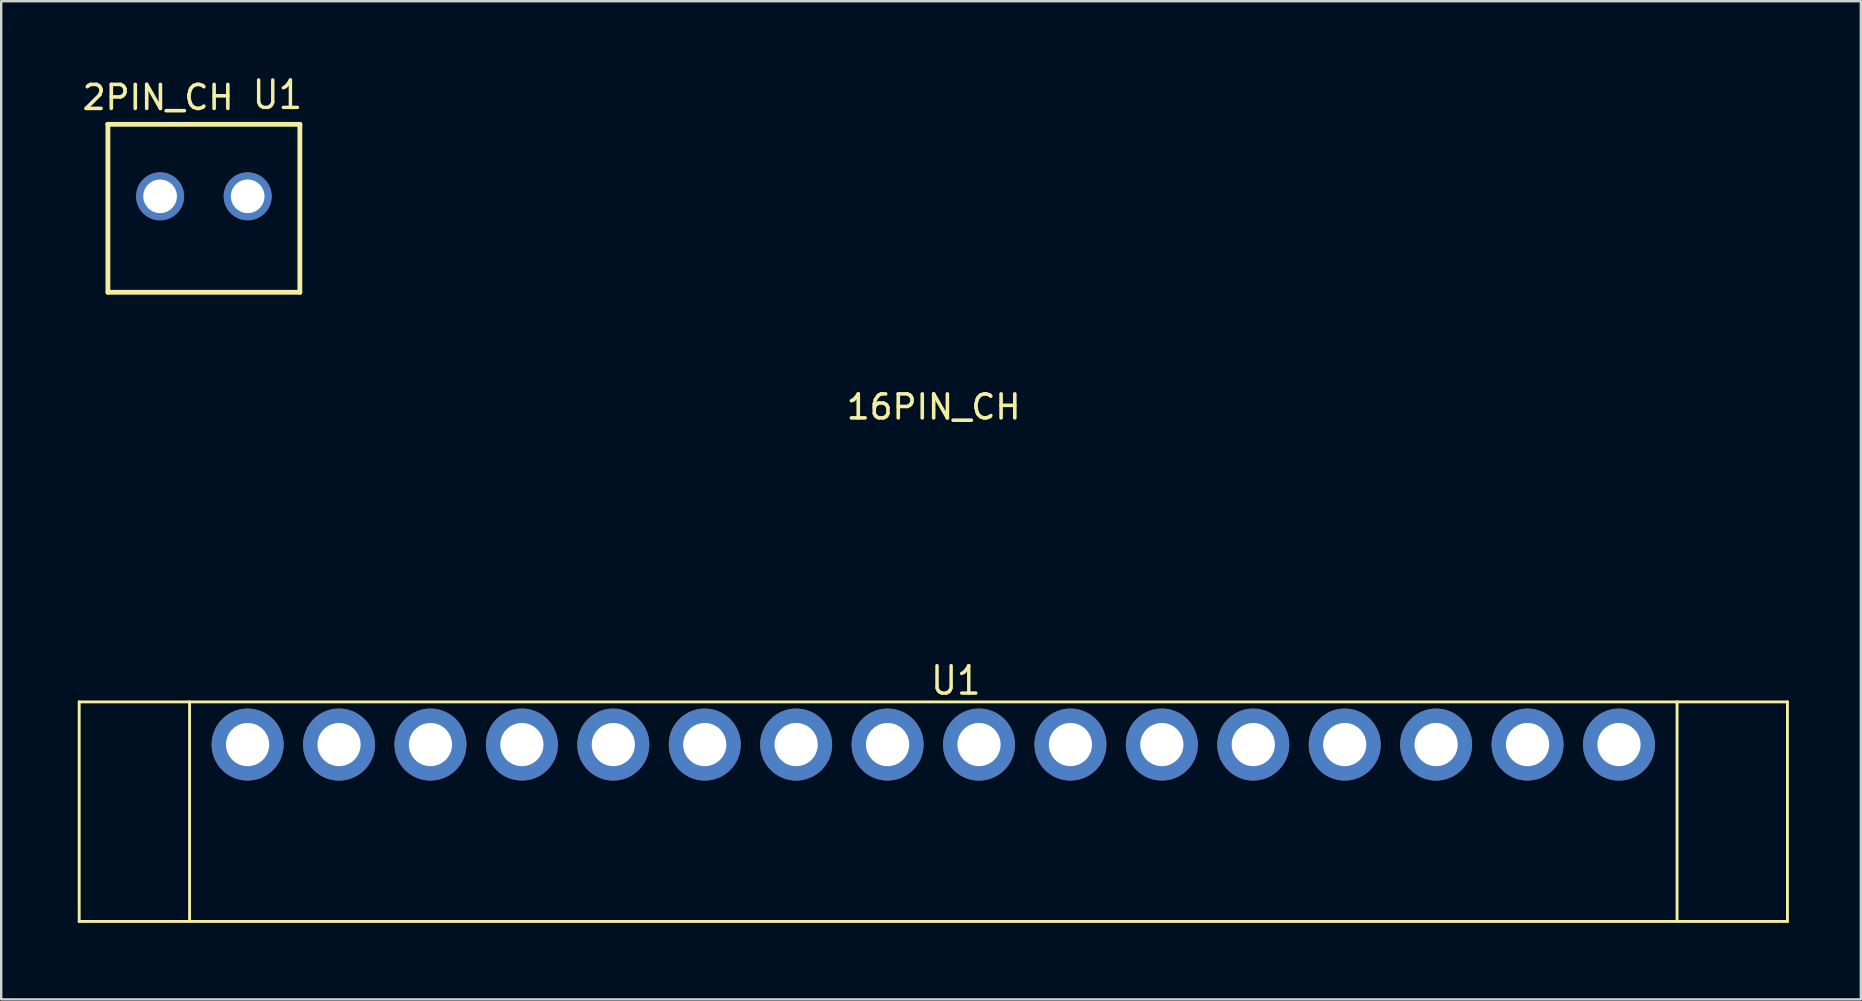
<source format=kicad_pcb>
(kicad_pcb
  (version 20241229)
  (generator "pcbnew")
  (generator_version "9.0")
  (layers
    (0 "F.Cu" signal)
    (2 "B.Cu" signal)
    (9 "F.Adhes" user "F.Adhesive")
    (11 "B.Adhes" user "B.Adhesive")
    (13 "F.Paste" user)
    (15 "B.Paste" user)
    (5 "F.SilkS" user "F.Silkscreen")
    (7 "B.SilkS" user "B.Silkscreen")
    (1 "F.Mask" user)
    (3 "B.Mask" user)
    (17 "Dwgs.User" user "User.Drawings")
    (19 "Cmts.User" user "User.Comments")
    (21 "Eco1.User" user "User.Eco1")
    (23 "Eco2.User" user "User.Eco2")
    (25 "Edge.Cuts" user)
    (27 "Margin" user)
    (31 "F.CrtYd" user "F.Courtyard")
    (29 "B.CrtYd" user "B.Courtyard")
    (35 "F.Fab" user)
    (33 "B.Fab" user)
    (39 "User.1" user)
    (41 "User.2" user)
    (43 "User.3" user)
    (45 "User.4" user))
  (footprint "2PIN_CH"
    (layer "F.Cu")
    (at 0.25 9.812)
    (property "Reference" "2PIN_CH" (at 3.29 -8.8 0) (layer "F.SilkS") (effects (font (size 1 1) (thickness 0.15))))
    (attr through_hole)
    (fp_line (start 1.197 -7.681) (end 1.197 -7.681) (stroke (width 0.2) (type solid)) (layer "F.SilkS"))
    (fp_line (start 1.197 -7.681) (end 9.197 -7.681) (stroke (width 0.2) (type solid)) (layer "F.SilkS"))
    (fp_line (start 1.197 -0.681) (end 1.197 -7.681) (stroke (width 0.2) (type solid)) (layer "F.SilkS"))
    (fp_line (start 9.197 -7.681) (end 9.197 -0.681) (stroke (width 0.2) (type solid)) (layer "F.SilkS"))
    (fp_line (start 9.197 -0.681) (end 1.197 -0.681) (stroke (width 0.2) (type solid)) (layer "F.SilkS"))
    (fp_text user "U1" (at 7.14 -8.24 0) (layer "F.SilkS") (effects (font (size 1.143 1.029) (thickness 0.143)) (justify left bottom)))
    (pad "1" thru_hole circle (at 3.372 -4.681) (size 2 2) (drill 1.4) (layers "*.Cu" "*.Mask"))
    (pad "2" thru_hole circle (at 7.022 -4.681) (size 2 2) (drill 1.4) (layers "*.Cu" "*.Mask")))
  (footprint "16PIN_CH"
    (layer "F.Cu")
    (at 0.25 35.35)
    (property "Reference" "16PIN_CH" (at 35.61 -21.44 0) (layer "F.SilkS") (effects (font (size 1 1) (thickness 0.15))))
    (attr through_hole)
    (fp_line (start 0 -9.15) (end 71.19 -9.15) (stroke (width 0.12) (type solid)) (layer "F.SilkS"))
    (fp_line (start 0 0) (end 0 -9.15) (stroke (width 0.12) (type solid)) (layer "F.SilkS"))
    (fp_line (start 4.6 0) (end 4.6 -9.15) (stroke (width 0.12) (type solid)) (layer "F.SilkS"))
    (fp_line (start 66.59 -9.15) (end 66.59 0) (stroke (width 0.12) (type solid)) (layer "F.SilkS"))
    (fp_line (start 71.19 -9.15) (end 71.19 0) (stroke (width 0.12) (type solid)) (layer "F.SilkS"))
    (fp_line (start 71.19 0) (end 0 0) (stroke (width 0.12) (type solid)) (layer "F.SilkS"))
    (fp_text user "U1" (at 35.41 -9.37 0) (layer "F.SilkS") (effects (font (size 1.143 1.029) (thickness 0.143)) (justify left bottom)))
    (pad "1" thru_hole circle (at 7.019 -7.371) (size 3 3) (drill 1.8) (layers "*.Cu" "*.Mask"))
    (pad "2" thru_hole circle (at 10.829 -7.371) (size 3 3) (drill 1.8) (layers "*.Cu" "*.Mask"))
    (pad "3" thru_hole circle (at 14.639 -7.371) (size 3 3) (drill 1.8) (layers "*.Cu" "*.Mask"))
    (pad "4" thru_hole circle (at 18.449 -7.371) (size 3 3) (drill 1.8) (layers "*.Cu" "*.Mask"))
    (pad "5" thru_hole circle (at 22.259 -7.371) (size 3 3) (drill 1.8) (layers "*.Cu" "*.Mask"))
    (pad "6" thru_hole circle (at 26.069 -7.371) (size 3 3) (drill 1.8) (layers "*.Cu" "*.Mask"))
    (pad "7" thru_hole circle (at 29.879 -7.371) (size 3 3) (drill 1.8) (layers "*.Cu" "*.Mask"))
    (pad "8" thru_hole circle (at 33.689 -7.371) (size 3 3) (drill 1.8) (layers "*.Cu" "*.Mask"))
    (pad "9" thru_hole circle (at 37.499 -7.371) (size 3 3) (drill 1.8) (layers "*.Cu" "*.Mask"))
    (pad "10" thru_hole circle (at 41.309 -7.371) (size 3 3) (drill 1.8) (layers "*.Cu" "*.Mask"))
    (pad "11" thru_hole circle (at 45.119 -7.371) (size 3 3) (drill 1.8) (layers "*.Cu" "*.Mask"))
    (pad "12" thru_hole circle (at 48.929 -7.371) (size 3 3) (drill 1.8) (layers "*.Cu" "*.Mask"))
    (pad "13" thru_hole circle (at 52.739 -7.371) (size 3 3) (drill 1.8) (layers "*.Cu" "*.Mask"))
    (pad "14" thru_hole circle (at 56.549 -7.371) (size 3 3) (drill 1.8) (layers "*.Cu" "*.Mask"))
    (pad "15" thru_hole circle (at 60.359 -7.371) (size 3 3) (drill 1.8) (layers "*.Cu" "*.Mask"))
    (pad "16" thru_hole circle (at 64.169 -7.371) (size 3 3) (drill 1.8) (layers "*.Cu" "*.Mask")))
  (gr_rect
    (start -3 -3)
    (end 74.5 38.6)
    (stroke (width 0.1) (type default))
    (fill no)
    (layer "Edge.Cuts")))
</source>
